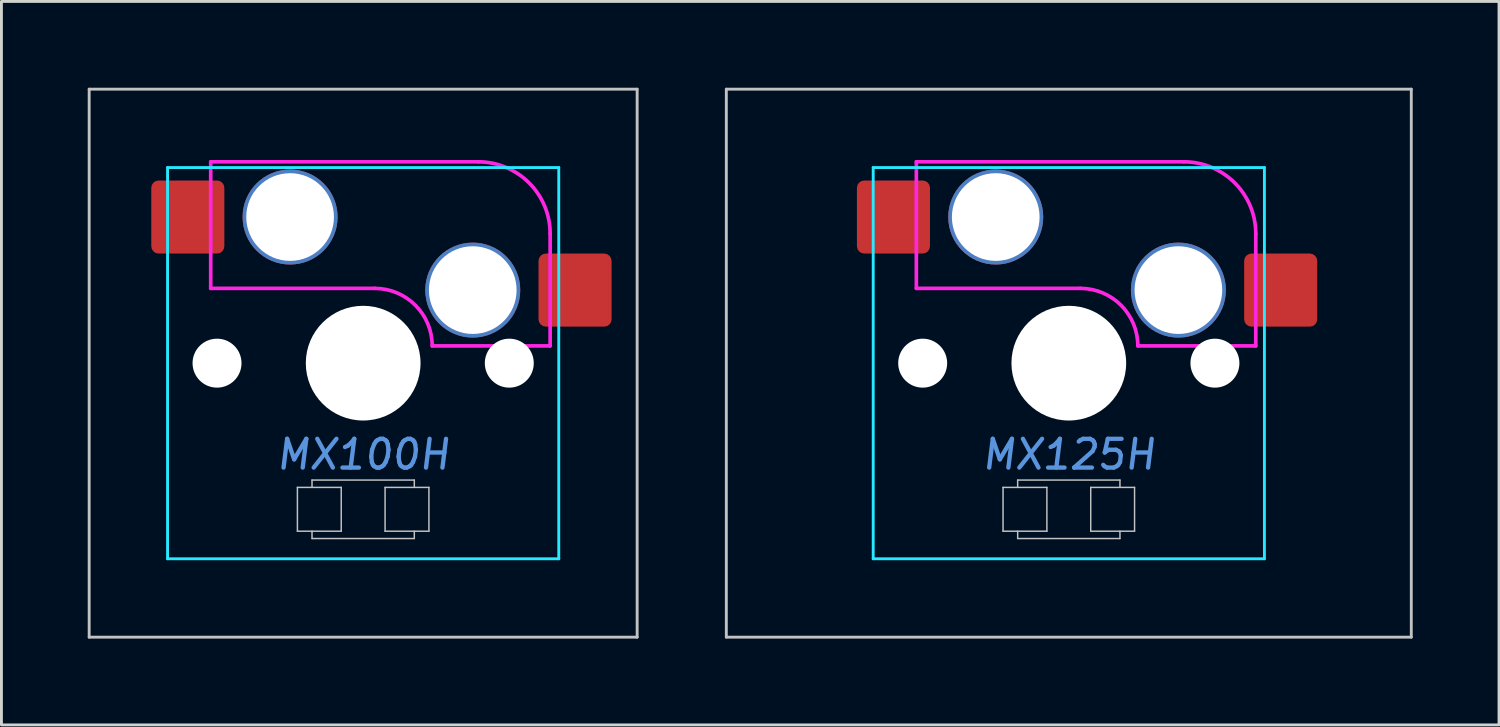
<source format=kicad_pcb>
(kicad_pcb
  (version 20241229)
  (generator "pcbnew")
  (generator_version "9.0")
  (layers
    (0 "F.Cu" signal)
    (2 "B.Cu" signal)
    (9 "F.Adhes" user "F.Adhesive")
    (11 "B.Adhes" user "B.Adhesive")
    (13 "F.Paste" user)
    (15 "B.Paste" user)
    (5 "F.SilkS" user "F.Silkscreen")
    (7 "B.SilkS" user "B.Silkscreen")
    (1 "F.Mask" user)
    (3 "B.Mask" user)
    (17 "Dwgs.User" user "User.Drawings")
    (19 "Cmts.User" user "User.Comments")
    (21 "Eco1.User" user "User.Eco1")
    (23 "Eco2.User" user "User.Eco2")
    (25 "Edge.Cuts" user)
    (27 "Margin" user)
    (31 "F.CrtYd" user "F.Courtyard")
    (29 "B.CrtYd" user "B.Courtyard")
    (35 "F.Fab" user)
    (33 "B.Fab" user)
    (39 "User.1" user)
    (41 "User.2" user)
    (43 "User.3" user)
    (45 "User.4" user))
  (footprint "MX125H"
    (layer "F.Cu")
    (at 34.106 9.575)
    (property "Reference" "MX125H" (at 0 3.175 180) (layer "Cmts.User") (effects (font (size 1 1) (thickness 0.15) (italic yes))))
    (attr smd)
    (fp_line (start -11.906 -9.525) (end -11.906 9.525) (stroke (width 0.1) (type solid)) (layer "Dwgs.User"))
    (fp_line (start -11.906 -9.525) (end 11.906 -9.525) (stroke (width 0.1) (type solid)) (layer "Dwgs.User"))
    (fp_line (start -11.906 9.525) (end 11.906 9.525) (stroke (width 0.1) (type solid)) (layer "Dwgs.User"))
    (fp_line (start -2.286 4.318) (end -2.286 5.842) (stroke (width 0.051) (type solid)) (layer "Dwgs.User"))
    (fp_line (start -2.286 5.842) (end -0.762 5.842) (stroke (width 0.051) (type solid)) (layer "Dwgs.User"))
    (fp_line (start -1.778 4.064) (end -1.778 4.318) (stroke (width 0.051) (type solid)) (layer "Dwgs.User"))
    (fp_line (start -1.778 6.096) (end -1.778 5.842) (stroke (width 0.051) (type solid)) (layer "Dwgs.User"))
    (fp_line (start -1.778 6.096) (end 1.778 6.096) (stroke (width 0.051) (type solid)) (layer "Dwgs.User"))
    (fp_line (start -0.762 4.318) (end -2.286 4.318) (stroke (width 0.051) (type solid)) (layer "Dwgs.User"))
    (fp_line (start -0.762 5.842) (end -0.762 4.318) (stroke (width 0.051) (type solid)) (layer "Dwgs.User"))
    (fp_line (start 0.762 4.318) (end 2.286 4.318) (stroke (width 0.051) (type solid)) (layer "Dwgs.User"))
    (fp_line (start 0.762 5.842) (end 0.762 4.318) (stroke (width 0.051) (type solid)) (layer "Dwgs.User"))
    (fp_line (start 1.778 4.064) (end -1.778 4.064) (stroke (width 0.051) (type solid)) (layer "Dwgs.User"))
    (fp_line (start 1.778 4.318) (end 1.778 4.064) (stroke (width 0.051) (type solid)) (layer "Dwgs.User"))
    (fp_line (start 1.778 6.096) (end 1.778 5.842) (stroke (width 0.051) (type solid)) (layer "Dwgs.User"))
    (fp_line (start 2.286 4.318) (end 2.286 5.842) (stroke (width 0.051) (type solid)) (layer "Dwgs.User"))
    (fp_line (start 2.286 5.842) (end 0.762 5.842) (stroke (width 0.051) (type solid)) (layer "Dwgs.User"))
    (fp_line (start 11.906 9.525) (end 11.906 -9.525) (stroke (width 0.1) (type solid)) (layer "Dwgs.User"))
    (fp_line (start -7 6.5) (end -7 -6.5) (stroke (width 0.1) (type solid)) (layer "Eco1.User"))
    (fp_line (start -6.5 -7) (end 6.5 -7) (stroke (width 0.1) (type solid)) (layer "Eco1.User"))
    (fp_line (start 6.5 7) (end -6.5 7) (stroke (width 0.1) (type solid)) (layer "Eco1.User"))
    (fp_line (start 7 -6.5) (end 7 6.5) (stroke (width 0.1) (type solid)) (layer "Eco1.User"))
    (fp_arc (start -7 -6.5) (mid -6.853553 -6.853553) (end -6.5 -7) (stroke (width 0.1) (type solid)) (layer "Eco1.User"))
    (fp_arc (start -6.5 7) (mid -6.853553 6.853553) (end -7 6.5) (stroke (width 0.1) (type solid)) (layer "Eco1.User"))
    (fp_arc (start 6.5 -7) (mid 6.853553 -6.853553) (end 7 -6.5) (stroke (width 0.1) (type solid)) (layer "Eco1.User"))
    (fp_arc (start 7 6.5) (mid 6.853553 6.853553) (end 6.5 7) (stroke (width 0.1) (type solid)) (layer "Eco1.User"))
    (fp_line (start -6.8 -6.8) (end -6.8 6.8) (stroke (width 0.1) (type solid)) (layer "B.CrtYd"))
    (fp_line (start -6.8 -6.8) (end 6.8 -6.8) (stroke (width 0.1) (type solid)) (layer "B.CrtYd"))
    (fp_line (start 6.8 6.8) (end -6.8 6.8) (stroke (width 0.1) (type solid)) (layer "B.CrtYd"))
    (fp_line (start 6.8 6.8) (end 6.8 -6.8) (stroke (width 0.1) (type solid)) (layer "B.CrtYd"))
    (fp_line (start -5.3 -7) (end -5.3 -2.6) (stroke (width 0.127) (type solid)) (layer "F.CrtYd"))
    (fp_line (start -5.3 -7) (end 4 -7) (stroke (width 0.127) (type solid)) (layer "F.CrtYd"))
    (fp_line (start 0.4 -2.6) (end -5.3 -2.6) (stroke (width 0.127) (type solid)) (layer "F.CrtYd"))
    (fp_line (start 6.5 -4.5) (end 6.5 -0.6) (stroke (width 0.127) (type solid)) (layer "F.CrtYd"))
    (fp_line (start 6.5 -0.6) (end 2.4 -0.6) (stroke (width 0.127) (type solid)) (layer "F.CrtYd"))
    (fp_arc (start 0.4 -2.6) (mid 1.814214 -2.014214) (end 2.4 -0.6) (stroke (width 0.127) (type solid)) (layer "F.CrtYd"))
    (fp_arc (start 4 -7) (mid 5.767767 -6.267767) (end 6.5 -4.5) (stroke (width 0.127) (type solid)) (layer "F.CrtYd"))
    (pad "" np_thru_hole circle (at -5.08 0) (size 1.702 1.702) (drill 1.702) (layers "*.Cu" "*.Mask"))
    (pad "" np_thru_hole circle (at -2.54 -5.08) (size 3.302 3.302) (drill 3.048) (layers "*.Cu" "*.Mask"))
    (pad "" np_thru_hole circle (at 0 0) (size 3.988 3.988) (drill 3.988) (layers "*.Cu" "*.Mask"))
    (pad "" np_thru_hole circle (at 3.81 -2.54 90) (size 3.302 3.302) (drill 3.048) (layers "*.Cu" "*.Mask"))
    (pad "" np_thru_hole circle (at 5.08 0) (size 1.702 1.702) (drill 1.702) (layers "*.Cu" "*.Mask"))
    (pad "1" smd roundrect (at -6.096 -5.08) (size 2.54 2.54) (layers "F.Cu" "F.Mask") (roundrect_rratio 0.1))
    (pad "2" smd roundrect (at 7.366 -2.54) (size 2.54 2.54) (layers "F.Cu" "F.Mask") (roundrect_rratio 0.1)))
  (footprint "MX100H"
    (layer "F.Cu")
    (at 9.575 9.575)
    (property "Reference" "MX100H" (at 0 3.175 0) (layer "Cmts.User") (effects (font (size 1 1) (thickness 0.15) (italic yes))))
    (attr smd)
    (fp_line (start -9.525 -9.525) (end -9.525 9.525) (stroke (width 0.1) (type solid)) (layer "Dwgs.User"))
    (fp_line (start -9.525 -9.525) (end 9.525 -9.525) (stroke (width 0.1) (type solid)) (layer "Dwgs.User"))
    (fp_line (start -9.525 9.525) (end 9.525 9.525) (stroke (width 0.1) (type solid)) (layer "Dwgs.User"))
    (fp_line (start -2.286 4.318) (end -2.286 5.842) (stroke (width 0.051) (type solid)) (layer "Dwgs.User"))
    (fp_line (start -2.286 5.842) (end -0.762 5.842) (stroke (width 0.051) (type solid)) (layer "Dwgs.User"))
    (fp_line (start -1.778 4.064) (end -1.778 4.318) (stroke (width 0.051) (type solid)) (layer "Dwgs.User"))
    (fp_line (start -1.778 6.096) (end -1.778 5.842) (stroke (width 0.051) (type solid)) (layer "Dwgs.User"))
    (fp_line (start -1.778 6.096) (end 1.778 6.096) (stroke (width 0.051) (type solid)) (layer "Dwgs.User"))
    (fp_line (start -0.762 4.318) (end -2.286 4.318) (stroke (width 0.051) (type solid)) (layer "Dwgs.User"))
    (fp_line (start -0.762 5.842) (end -0.762 4.318) (stroke (width 0.051) (type solid)) (layer "Dwgs.User"))
    (fp_line (start 0.762 4.318) (end 2.286 4.318) (stroke (width 0.051) (type solid)) (layer "Dwgs.User"))
    (fp_line (start 0.762 5.842) (end 0.762 4.318) (stroke (width 0.051) (type solid)) (layer "Dwgs.User"))
    (fp_line (start 1.778 4.064) (end -1.778 4.064) (stroke (width 0.051) (type solid)) (layer "Dwgs.User"))
    (fp_line (start 1.778 4.318) (end 1.778 4.064) (stroke (width 0.051) (type solid)) (layer "Dwgs.User"))
    (fp_line (start 1.778 6.096) (end 1.778 5.842) (stroke (width 0.051) (type solid)) (layer "Dwgs.User"))
    (fp_line (start 2.286 4.318) (end 2.286 5.842) (stroke (width 0.051) (type solid)) (layer "Dwgs.User"))
    (fp_line (start 2.286 5.842) (end 0.762 5.842) (stroke (width 0.051) (type solid)) (layer "Dwgs.User"))
    (fp_line (start 9.525 9.525) (end 9.525 -9.525) (stroke (width 0.1) (type solid)) (layer "Dwgs.User"))
    (fp_line (start -7 6.5) (end -7 -6.5) (stroke (width 0.1) (type solid)) (layer "Eco1.User"))
    (fp_line (start -6.5 -7) (end 6.5 -7) (stroke (width 0.1) (type solid)) (layer "Eco1.User"))
    (fp_line (start 6.5 7) (end -6.5 7) (stroke (width 0.1) (type solid)) (layer "Eco1.User"))
    (fp_line (start 7 -6.5) (end 7 6.5) (stroke (width 0.1) (type solid)) (layer "Eco1.User"))
    (fp_arc (start -7 -6.5) (mid -6.853553 -6.853553) (end -6.5 -7) (stroke (width 0.1) (type solid)) (layer "Eco1.User"))
    (fp_arc (start -6.5 7) (mid -6.853553 6.853553) (end -7 6.5) (stroke (width 0.1) (type solid)) (layer "Eco1.User"))
    (fp_arc (start 6.5 -7) (mid 6.853553 -6.853553) (end 7 -6.5) (stroke (width 0.1) (type solid)) (layer "Eco1.User"))
    (fp_arc (start 7 6.5) (mid 6.853553 6.853553) (end 6.5 7) (stroke (width 0.1) (type solid)) (layer "Eco1.User"))
    (fp_line (start -6.8 -6.8) (end -6.8 6.8) (stroke (width 0.1) (type solid)) (layer "B.CrtYd"))
    (fp_line (start -6.8 -6.8) (end 6.8 -6.8) (stroke (width 0.1) (type solid)) (layer "B.CrtYd"))
    (fp_line (start 6.8 6.8) (end -6.8 6.8) (stroke (width 0.1) (type solid)) (layer "B.CrtYd"))
    (fp_line (start 6.8 6.8) (end 6.8 -6.8) (stroke (width 0.1) (type solid)) (layer "B.CrtYd"))
    (fp_line (start -5.3 -7) (end -5.3 -2.6) (stroke (width 0.127) (type solid)) (layer "F.CrtYd"))
    (fp_line (start -5.3 -7) (end 4 -7) (stroke (width 0.127) (type solid)) (layer "F.CrtYd"))
    (fp_line (start 0.4 -2.6) (end -5.3 -2.6) (stroke (width 0.127) (type solid)) (layer "F.CrtYd"))
    (fp_line (start 6.5 -4.5) (end 6.5 -0.6) (stroke (width 0.127) (type solid)) (layer "F.CrtYd"))
    (fp_line (start 6.5 -0.6) (end 2.4 -0.6) (stroke (width 0.127) (type solid)) (layer "F.CrtYd"))
    (fp_arc (start 0.4 -2.6) (mid 1.814214 -2.014214) (end 2.4 -0.6) (stroke (width 0.127) (type solid)) (layer "F.CrtYd"))
    (fp_arc (start 4 -7) (mid 5.767767 -6.267767) (end 6.5 -4.5) (stroke (width 0.127) (type solid)) (layer "F.CrtYd"))
    (pad "" np_thru_hole circle (at -5.08 0) (size 1.702 1.702) (drill 1.702) (layers "*.Cu" "*.Mask"))
    (pad "" np_thru_hole circle (at -2.54 -5.08) (size 3.302 3.302) (drill 3.048) (layers "*.Cu" "*.Mask"))
    (pad "" np_thru_hole circle (at 0 0) (size 3.988 3.988) (drill 3.988) (layers "*.Cu" "*.Mask"))
    (pad "" np_thru_hole circle (at 3.81 -2.54 90) (size 3.302 3.302) (drill 3.048) (layers "*.Cu" "*.Mask"))
    (pad "" np_thru_hole circle (at 5.08 0) (size 1.702 1.702) (drill 1.702) (layers "*.Cu" "*.Mask"))
    (pad "1" smd roundrect (at -6.096 -5.08) (size 2.54 2.54) (layers "F.Cu" "F.Mask") (roundrect_rratio 0.1))
    (pad "2" smd roundrect (at 7.366 -2.54) (size 2.54 2.54) (layers "F.Cu" "F.Mask") (roundrect_rratio 0.1)))
  (gr_rect
    (start -3 -3)
    (end 49.062 22.15)
    (stroke (width 0.1) (type default))
    (fill no)
    (layer "Edge.Cuts")))
</source>
